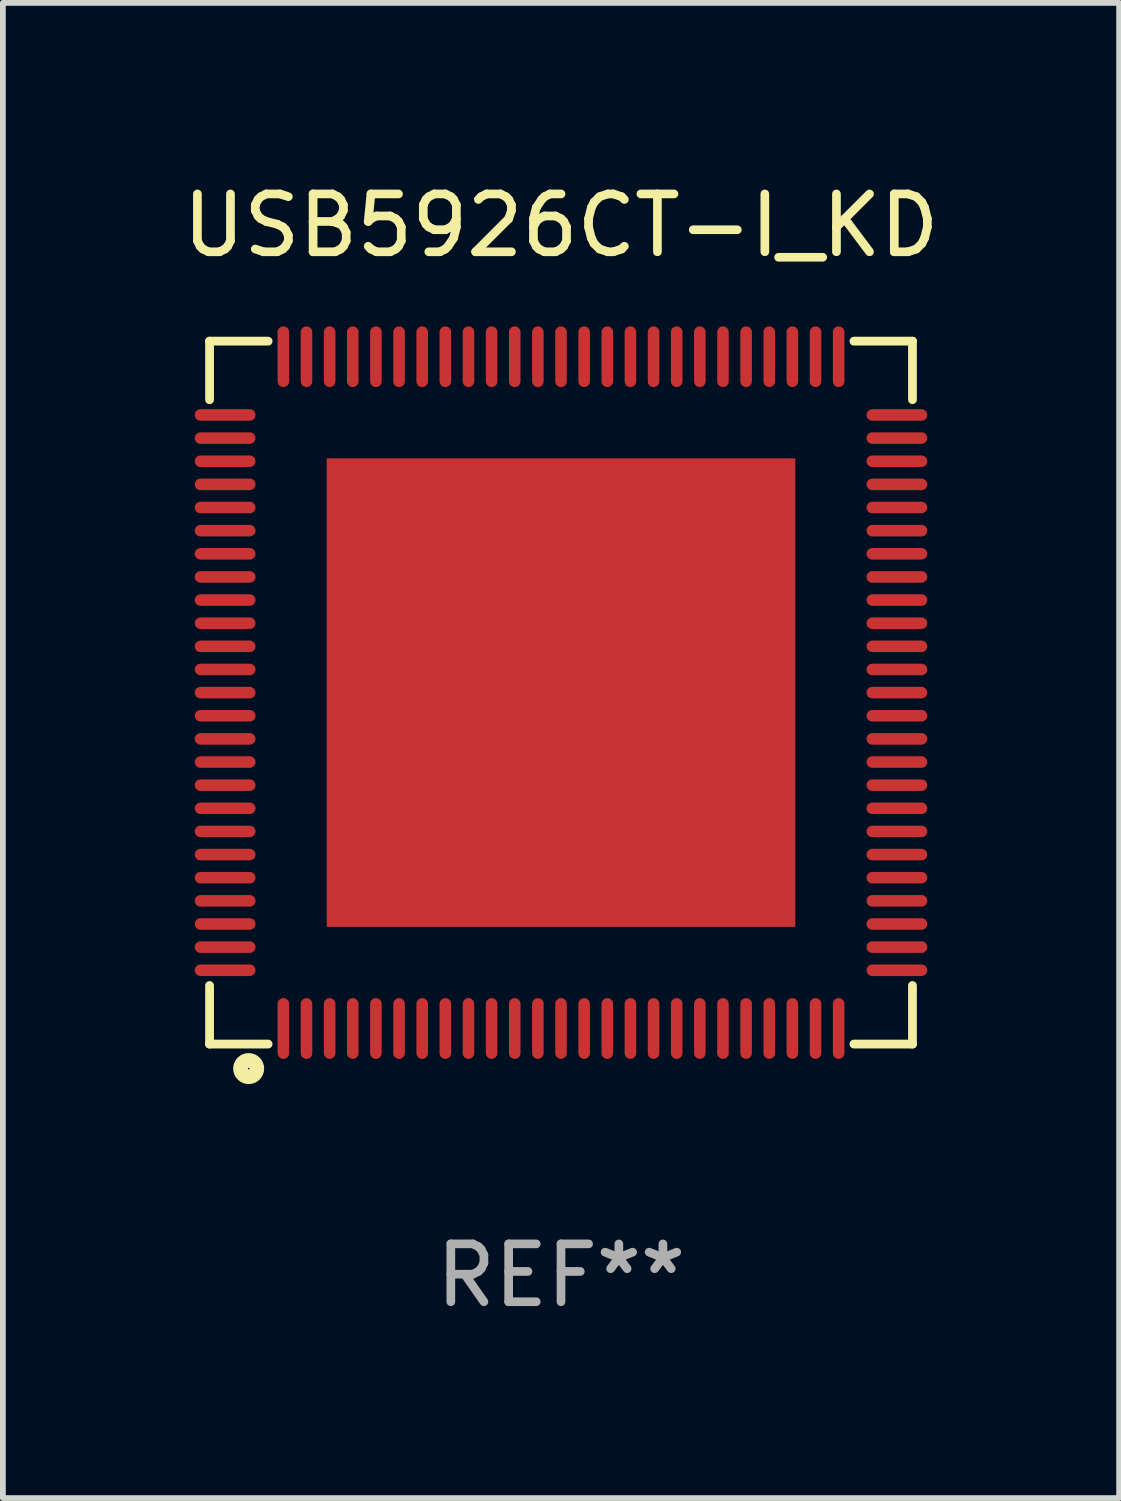
<source format=kicad_pcb>
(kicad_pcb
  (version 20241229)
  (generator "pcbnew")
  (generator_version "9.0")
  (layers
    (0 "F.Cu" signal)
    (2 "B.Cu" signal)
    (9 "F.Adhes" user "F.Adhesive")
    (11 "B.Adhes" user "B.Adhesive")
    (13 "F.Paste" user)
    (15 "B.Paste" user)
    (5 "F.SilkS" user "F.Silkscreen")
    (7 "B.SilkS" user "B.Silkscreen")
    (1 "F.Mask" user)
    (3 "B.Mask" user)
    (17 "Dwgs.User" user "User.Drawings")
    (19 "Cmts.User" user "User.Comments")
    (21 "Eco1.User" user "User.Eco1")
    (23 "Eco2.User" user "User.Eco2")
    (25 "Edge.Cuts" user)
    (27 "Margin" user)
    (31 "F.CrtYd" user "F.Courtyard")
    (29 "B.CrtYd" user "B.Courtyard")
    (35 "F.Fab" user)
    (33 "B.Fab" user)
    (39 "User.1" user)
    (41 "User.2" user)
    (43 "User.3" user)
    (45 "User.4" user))
  (footprint "USB5926CT-I_KD"
    (layer "F.Cu")
    (at 6.649 8.924)
    (property "Reference" "USB5926CT-I_KD" (at 0 -8.076 0) (layer "F.SilkS") (effects (font (size 1 1) (thickness 0.15))))
    (attr through_hole)
    (fp_line (start -6.076 -6.076) (end -6.076 -5.064) (stroke (width 0.152) (type solid)) (layer "F.SilkS"))
    (fp_line (start -6.076 6.076) (end -6.076 5.064) (stroke (width 0.152) (type solid)) (layer "F.SilkS"))
    (fp_line (start -5.064 -6.076) (end -6.076 -6.076) (stroke (width 0.152) (type solid)) (layer "F.SilkS"))
    (fp_line (start -5.064 6.076) (end -6.076 6.076) (stroke (width 0.152) (type solid)) (layer "F.SilkS"))
    (fp_line (start 5.064 -6.076) (end 6.076 -6.076) (stroke (width 0.152) (type solid)) (layer "F.SilkS"))
    (fp_line (start 5.064 6.076) (end 6.076 6.076) (stroke (width 0.152) (type solid)) (layer "F.SilkS"))
    (fp_line (start 6.076 -6.076) (end 6.076 -5.064) (stroke (width 0.152) (type solid)) (layer "F.SilkS"))
    (fp_line (start 6.076 6.076) (end 6.076 5.064) (stroke (width 0.152) (type solid)) (layer "F.SilkS"))
    (fp_circle (center -5.4 6.5) (end -5.259 6.5) (stroke (width 0.254) (type solid)) (fill no) (layer "F.SilkS"))
    (fp_text user "REF**" (at 0 10.076 0) (layer "F.Fab") (effects (font (size 1 1) (thickness 0.15))))
    (pad "1" smd oval (at -4.8 5.807 90) (size 1.05 0.2) (layers "F.Cu" "F.Mask" "F.Paste"))
    (pad "2" smd oval (at -4.4 5.807 90) (size 1.05 0.2) (layers "F.Cu" "F.Mask" "F.Paste"))
    (pad "3" smd oval (at -4 5.807 90) (size 1.05 0.2) (layers "F.Cu" "F.Mask" "F.Paste"))
    (pad "4" smd oval (at -3.6 5.807 90) (size 1.05 0.2) (layers "F.Cu" "F.Mask" "F.Paste"))
    (pad "5" smd oval (at -3.2 5.807 90) (size 1.05 0.2) (layers "F.Cu" "F.Mask" "F.Paste"))
    (pad "6" smd oval (at -2.8 5.807 90) (size 1.05 0.2) (layers "F.Cu" "F.Mask" "F.Paste"))
    (pad "7" smd oval (at -2.4 5.807 90) (size 1.05 0.2) (layers "F.Cu" "F.Mask" "F.Paste"))
    (pad "8" smd oval (at -2 5.807 90) (size 1.05 0.2) (layers "F.Cu" "F.Mask" "F.Paste"))
    (pad "9" smd oval (at -1.6 5.807 90) (size 1.05 0.2) (layers "F.Cu" "F.Mask" "F.Paste"))
    (pad "10" smd oval (at -1.2 5.807 90) (size 1.05 0.2) (layers "F.Cu" "F.Mask" "F.Paste"))
    (pad "11" smd oval (at -0.8 5.807 90) (size 1.05 0.2) (layers "F.Cu" "F.Mask" "F.Paste"))
    (pad "12" smd oval (at -0.4 5.807 90) (size 1.05 0.2) (layers "F.Cu" "F.Mask" "F.Paste"))
    (pad "13" smd oval (at 0 5.807 90) (size 1.05 0.2) (layers "F.Cu" "F.Mask" "F.Paste"))
    (pad "14" smd oval (at 0.4 5.807 90) (size 1.05 0.2) (layers "F.Cu" "F.Mask" "F.Paste"))
    (pad "15" smd oval (at 0.8 5.807 90) (size 1.05 0.2) (layers "F.Cu" "F.Mask" "F.Paste"))
    (pad "16" smd oval (at 1.2 5.807 90) (size 1.05 0.2) (layers "F.Cu" "F.Mask" "F.Paste"))
    (pad "17" smd oval (at 1.6 5.807 90) (size 1.05 0.2) (layers "F.Cu" "F.Mask" "F.Paste"))
    (pad "18" smd oval (at 2 5.807 90) (size 1.05 0.2) (layers "F.Cu" "F.Mask" "F.Paste"))
    (pad "19" smd oval (at 2.4 5.807 90) (size 1.05 0.2) (layers "F.Cu" "F.Mask" "F.Paste"))
    (pad "20" smd oval (at 2.8 5.807 90) (size 1.05 0.2) (layers "F.Cu" "F.Mask" "F.Paste"))
    (pad "21" smd oval (at 3.2 5.807 90) (size 1.05 0.2) (layers "F.Cu" "F.Mask" "F.Paste"))
    (pad "22" smd oval (at 3.6 5.807 90) (size 1.05 0.2) (layers "F.Cu" "F.Mask" "F.Paste"))
    (pad "23" smd oval (at 4 5.807 90) (size 1.05 0.2) (layers "F.Cu" "F.Mask" "F.Paste"))
    (pad "24" smd oval (at 4.4 5.807 90) (size 1.05 0.2) (layers "F.Cu" "F.Mask" "F.Paste"))
    (pad "25" smd oval (at 4.8 5.807 90) (size 1.05 0.2) (layers "F.Cu" "F.Mask" "F.Paste"))
    (pad "26" smd oval (at 5.807 4.8 90) (size 0.2 1.05) (layers "F.Cu" "F.Mask" "F.Paste"))
    (pad "27" smd oval (at 5.807 4.4 90) (size 0.2 1.05) (layers "F.Cu" "F.Mask" "F.Paste"))
    (pad "28" smd oval (at 5.807 4 90) (size 0.2 1.05) (layers "F.Cu" "F.Mask" "F.Paste"))
    (pad "29" smd oval (at 5.807 3.6 90) (size 0.2 1.05) (layers "F.Cu" "F.Mask" "F.Paste"))
    (pad "30" smd oval (at 5.807 3.2 90) (size 0.2 1.05) (layers "F.Cu" "F.Mask" "F.Paste"))
    (pad "31" smd oval (at 5.807 2.8 90) (size 0.2 1.05) (layers "F.Cu" "F.Mask" "F.Paste"))
    (pad "32" smd oval (at 5.807 2.4 90) (size 0.2 1.05) (layers "F.Cu" "F.Mask" "F.Paste"))
    (pad "33" smd oval (at 5.807 2 90) (size 0.2 1.05) (layers "F.Cu" "F.Mask" "F.Paste"))
    (pad "34" smd oval (at 5.807 1.6 90) (size 0.2 1.05) (layers "F.Cu" "F.Mask" "F.Paste"))
    (pad "35" smd oval (at 5.807 1.2 90) (size 0.2 1.05) (layers "F.Cu" "F.Mask" "F.Paste"))
    (pad "36" smd oval (at 5.807 0.8 90) (size 0.2 1.05) (layers "F.Cu" "F.Mask" "F.Paste"))
    (pad "37" smd oval (at 5.807 0.4 90) (size 0.2 1.05) (layers "F.Cu" "F.Mask" "F.Paste"))
    (pad "38" smd oval (at 5.807 0 90) (size 0.2 1.05) (layers "F.Cu" "F.Mask" "F.Paste"))
    (pad "39" smd oval (at 5.807 -0.4 90) (size 0.2 1.05) (layers "F.Cu" "F.Mask" "F.Paste"))
    (pad "40" smd oval (at 5.807 -0.8 90) (size 0.2 1.05) (layers "F.Cu" "F.Mask" "F.Paste"))
    (pad "41" smd oval (at 5.807 -1.2 90) (size 0.2 1.05) (layers "F.Cu" "F.Mask" "F.Paste"))
    (pad "42" smd oval (at 5.807 -1.6 90) (size 0.2 1.05) (layers "F.Cu" "F.Mask" "F.Paste"))
    (pad "43" smd oval (at 5.807 -2 90) (size 0.2 1.05) (layers "F.Cu" "F.Mask" "F.Paste"))
    (pad "44" smd oval (at 5.807 -2.4 90) (size 0.2 1.05) (layers "F.Cu" "F.Mask" "F.Paste"))
    (pad "45" smd oval (at 5.807 -2.8 90) (size 0.2 1.05) (layers "F.Cu" "F.Mask" "F.Paste"))
    (pad "46" smd oval (at 5.807 -3.2 90) (size 0.2 1.05) (layers "F.Cu" "F.Mask" "F.Paste"))
    (pad "47" smd oval (at 5.807 -3.6 90) (size 0.2 1.05) (layers "F.Cu" "F.Mask" "F.Paste"))
    (pad "48" smd oval (at 5.807 -4 90) (size 0.2 1.05) (layers "F.Cu" "F.Mask" "F.Paste"))
    (pad "49" smd oval (at 5.807 -4.4 90) (size 0.2 1.05) (layers "F.Cu" "F.Mask" "F.Paste"))
    (pad "50" smd oval (at 5.807 -4.8 90) (size 0.2 1.05) (layers "F.Cu" "F.Mask" "F.Paste"))
    (pad "51" smd oval (at 4.8 -5.807 90) (size 1.05 0.2) (layers "F.Cu" "F.Mask" "F.Paste"))
    (pad "52" smd oval (at 4.4 -5.807 90) (size 1.05 0.2) (layers "F.Cu" "F.Mask" "F.Paste"))
    (pad "53" smd oval (at 4 -5.807 90) (size 1.05 0.2) (layers "F.Cu" "F.Mask" "F.Paste"))
    (pad "54" smd oval (at 3.6 -5.807 90) (size 1.05 0.2) (layers "F.Cu" "F.Mask" "F.Paste"))
    (pad "55" smd oval (at 3.2 -5.807 90) (size 1.05 0.2) (layers "F.Cu" "F.Mask" "F.Paste"))
    (pad "56" smd oval (at 2.8 -5.807 90) (size 1.05 0.2) (layers "F.Cu" "F.Mask" "F.Paste"))
    (pad "57" smd oval (at 2.4 -5.807 90) (size 1.05 0.2) (layers "F.Cu" "F.Mask" "F.Paste"))
    (pad "58" smd oval (at 2 -5.807 90) (size 1.05 0.2) (layers "F.Cu" "F.Mask" "F.Paste"))
    (pad "59" smd oval (at 1.6 -5.807 90) (size 1.05 0.2) (layers "F.Cu" "F.Mask" "F.Paste"))
    (pad "60" smd oval (at 1.2 -5.807 90) (size 1.05 0.2) (layers "F.Cu" "F.Mask" "F.Paste"))
    (pad "61" smd oval (at 0.8 -5.807 90) (size 1.05 0.2) (layers "F.Cu" "F.Mask" "F.Paste"))
    (pad "62" smd oval (at 0.4 -5.807 90) (size 1.05 0.2) (layers "F.Cu" "F.Mask" "F.Paste"))
    (pad "63" smd oval (at 0 -5.807 90) (size 1.05 0.2) (layers "F.Cu" "F.Mask" "F.Paste"))
    (pad "64" smd oval (at -0.4 -5.807 90) (size 1.05 0.2) (layers "F.Cu" "F.Mask" "F.Paste"))
    (pad "65" smd oval (at -0.8 -5.807 90) (size 1.05 0.2) (layers "F.Cu" "F.Mask" "F.Paste"))
    (pad "66" smd oval (at -1.2 -5.807 90) (size 1.05 0.2) (layers "F.Cu" "F.Mask" "F.Paste"))
    (pad "67" smd oval (at -1.6 -5.807 90) (size 1.05 0.2) (layers "F.Cu" "F.Mask" "F.Paste"))
    (pad "68" smd oval (at -2 -5.807 90) (size 1.05 0.2) (layers "F.Cu" "F.Mask" "F.Paste"))
    (pad "69" smd oval (at -2.4 -5.807 90) (size 1.05 0.2) (layers "F.Cu" "F.Mask" "F.Paste"))
    (pad "70" smd oval (at -2.8 -5.807 90) (size 1.05 0.2) (layers "F.Cu" "F.Mask" "F.Paste"))
    (pad "71" smd oval (at -3.2 -5.807 90) (size 1.05 0.2) (layers "F.Cu" "F.Mask" "F.Paste"))
    (pad "72" smd oval (at -3.6 -5.807 90) (size 1.05 0.2) (layers "F.Cu" "F.Mask" "F.Paste"))
    (pad "73" smd oval (at -4 -5.807 90) (size 1.05 0.2) (layers "F.Cu" "F.Mask" "F.Paste"))
    (pad "74" smd oval (at -4.4 -5.807 90) (size 1.05 0.2) (layers "F.Cu" "F.Mask" "F.Paste"))
    (pad "75" smd oval (at -4.8 -5.807 90) (size 1.05 0.2) (layers "F.Cu" "F.Mask" "F.Paste"))
    (pad "76" smd oval (at -5.807 -4.8 90) (size 0.2 1.05) (layers "F.Cu" "F.Mask" "F.Paste"))
    (pad "77" smd oval (at -5.807 -4.4 90) (size 0.2 1.05) (layers "F.Cu" "F.Mask" "F.Paste"))
    (pad "78" smd oval (at -5.807 -4 90) (size 0.2 1.05) (layers "F.Cu" "F.Mask" "F.Paste"))
    (pad "79" smd oval (at -5.807 -3.6 90) (size 0.2 1.05) (layers "F.Cu" "F.Mask" "F.Paste"))
    (pad "80" smd oval (at -5.807 -3.2 90) (size 0.2 1.05) (layers "F.Cu" "F.Mask" "F.Paste"))
    (pad "81" smd oval (at -5.807 -2.8 90) (size 0.2 1.05) (layers "F.Cu" "F.Mask" "F.Paste"))
    (pad "82" smd oval (at -5.807 -2.4 90) (size 0.2 1.05) (layers "F.Cu" "F.Mask" "F.Paste"))
    (pad "83" smd oval (at -5.807 -2 90) (size 0.2 1.05) (layers "F.Cu" "F.Mask" "F.Paste"))
    (pad "84" smd oval (at -5.807 -1.6 90) (size 0.2 1.05) (layers "F.Cu" "F.Mask" "F.Paste"))
    (pad "85" smd oval (at -5.807 -1.2 90) (size 0.2 1.05) (layers "F.Cu" "F.Mask" "F.Paste"))
    (pad "86" smd oval (at -5.807 -0.8 90) (size 0.2 1.05) (layers "F.Cu" "F.Mask" "F.Paste"))
    (pad "87" smd oval (at -5.807 -0.4 90) (size 0.2 1.05) (layers "F.Cu" "F.Mask" "F.Paste"))
    (pad "88" smd oval (at -5.807 0 90) (size 0.2 1.05) (layers "F.Cu" "F.Mask" "F.Paste"))
    (pad "89" smd oval (at -5.807 0.4 90) (size 0.2 1.05) (layers "F.Cu" "F.Mask" "F.Paste"))
    (pad "90" smd oval (at -5.807 0.8 90) (size 0.2 1.05) (layers "F.Cu" "F.Mask" "F.Paste"))
    (pad "91" smd oval (at -5.807 1.2 90) (size 0.2 1.05) (layers "F.Cu" "F.Mask" "F.Paste"))
    (pad "92" smd oval (at -5.807 1.6 90) (size 0.2 1.05) (layers "F.Cu" "F.Mask" "F.Paste"))
    (pad "93" smd oval (at -5.807 2 90) (size 0.2 1.05) (layers "F.Cu" "F.Mask" "F.Paste"))
    (pad "94" smd oval (at -5.807 2.4 90) (size 0.2 1.05) (layers "F.Cu" "F.Mask" "F.Paste"))
    (pad "95" smd oval (at -5.807 2.8 90) (size 0.2 1.05) (layers "F.Cu" "F.Mask" "F.Paste"))
    (pad "96" smd oval (at -5.807 3.2 90) (size 0.2 1.05) (layers "F.Cu" "F.Mask" "F.Paste"))
    (pad "97" smd oval (at -5.807 3.6 90) (size 0.2 1.05) (layers "F.Cu" "F.Mask" "F.Paste"))
    (pad "98" smd oval (at -5.807 4 90) (size 0.2 1.05) (layers "F.Cu" "F.Mask" "F.Paste"))
    (pad "99" smd oval (at -5.807 4.4 90) (size 0.2 1.05) (layers "F.Cu" "F.Mask" "F.Paste"))
    (pad "100" smd oval (at -5.807 4.8 90) (size 0.2 1.05) (layers "F.Cu" "F.Mask" "F.Paste"))
    (pad "101" smd rect (at 0 0 90) (size 8.1 8.1) (layers "F.Cu" "F.Mask" "F.Paste")))
  (gr_rect
    (start -3 -3)
    (end 16.298 22.849)
    (stroke (width 0.1) (type default))
    (fill no)
    (layer "Edge.Cuts")))
</source>
